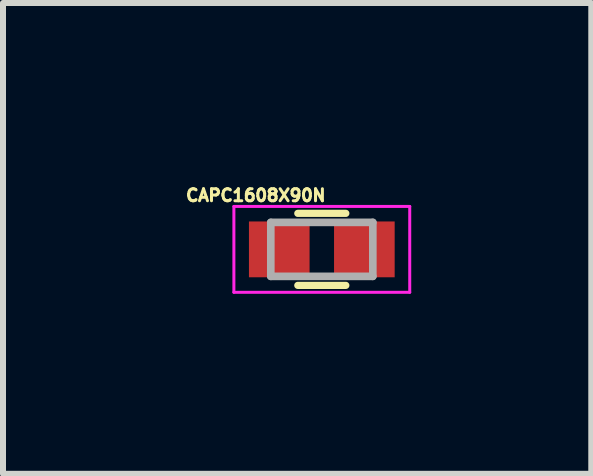
<source format=kicad_pcb>
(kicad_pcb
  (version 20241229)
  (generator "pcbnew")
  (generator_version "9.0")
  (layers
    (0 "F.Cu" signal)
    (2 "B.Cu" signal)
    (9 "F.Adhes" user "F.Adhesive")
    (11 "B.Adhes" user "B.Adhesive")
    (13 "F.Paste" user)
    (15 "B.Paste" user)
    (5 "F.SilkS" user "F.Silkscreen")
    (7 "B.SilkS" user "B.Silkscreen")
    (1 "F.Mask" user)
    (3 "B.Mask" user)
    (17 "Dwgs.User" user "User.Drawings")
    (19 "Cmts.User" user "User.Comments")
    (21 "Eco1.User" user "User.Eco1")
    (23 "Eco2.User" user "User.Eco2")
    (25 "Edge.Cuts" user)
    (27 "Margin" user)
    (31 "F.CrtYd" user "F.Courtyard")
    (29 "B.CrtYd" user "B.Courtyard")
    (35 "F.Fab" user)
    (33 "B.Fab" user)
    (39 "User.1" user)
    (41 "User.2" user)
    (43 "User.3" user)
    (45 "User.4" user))
  (footprint "CAPC1608X90N"
    (layer "F.Cu")
    (at 2.312 1.105)
    (property "Reference" "CAPC1608X90N" (at -1.1 -0.9 0) (layer "F.SilkS") (effects (font (size 0.2 0.2) (thickness 0.05))))
    (attr through_hole)
    (fp_line (start -0.4 -0.6) (end 0.4 -0.6) (stroke (width 0.12) (type solid)) (layer "F.SilkS"))
    (fp_line (start 0.4 0.6) (end -0.4 0.6) (stroke (width 0.12) (type solid)) (layer "F.SilkS"))
    (fp_line (start -1.465 -0.715) (end 1.465 -0.715) (stroke (width 0.05) (type solid)) (layer "F.CrtYd"))
    (fp_line (start -1.465 0.715) (end -1.465 -0.715) (stroke (width 0.05) (type solid)) (layer "F.CrtYd"))
    (fp_line (start -1.465 0.715) (end 1.465 0.715) (stroke (width 0.05) (type solid)) (layer "F.CrtYd"))
    (fp_line (start 1.465 0.715) (end 1.465 -0.715) (stroke (width 0.05) (type solid)) (layer "F.CrtYd"))
    (fp_line (start -0.85 0.45) (end -0.85 -0.45) (stroke (width 0.127) (type solid)) (layer "F.Fab"))
    (fp_line (start 0.85 -0.45) (end -0.85 -0.45) (stroke (width 0.127) (type solid)) (layer "F.Fab"))
    (fp_line (start 0.85 0.45) (end -0.85 0.45) (stroke (width 0.127) (type solid)) (layer "F.Fab"))
    (fp_line (start 0.85 0.45) (end 0.85 -0.45) (stroke (width 0.127) (type solid)) (layer "F.Fab"))
    (pad "1" smd rect (at -0.709 0) (size 1.01 0.93) (layers "F.Cu" "F.Mask" "F.Paste"))
    (pad "2" smd rect (at 0.709 0) (size 1.01 0.93) (layers "F.Cu" "F.Mask" "F.Paste")))
  (gr_rect
    (start -3 -3)
    (end 6.802 4.845)
    (stroke (width 0.1) (type default))
    (fill no)
    (layer "Edge.Cuts")))
</source>
